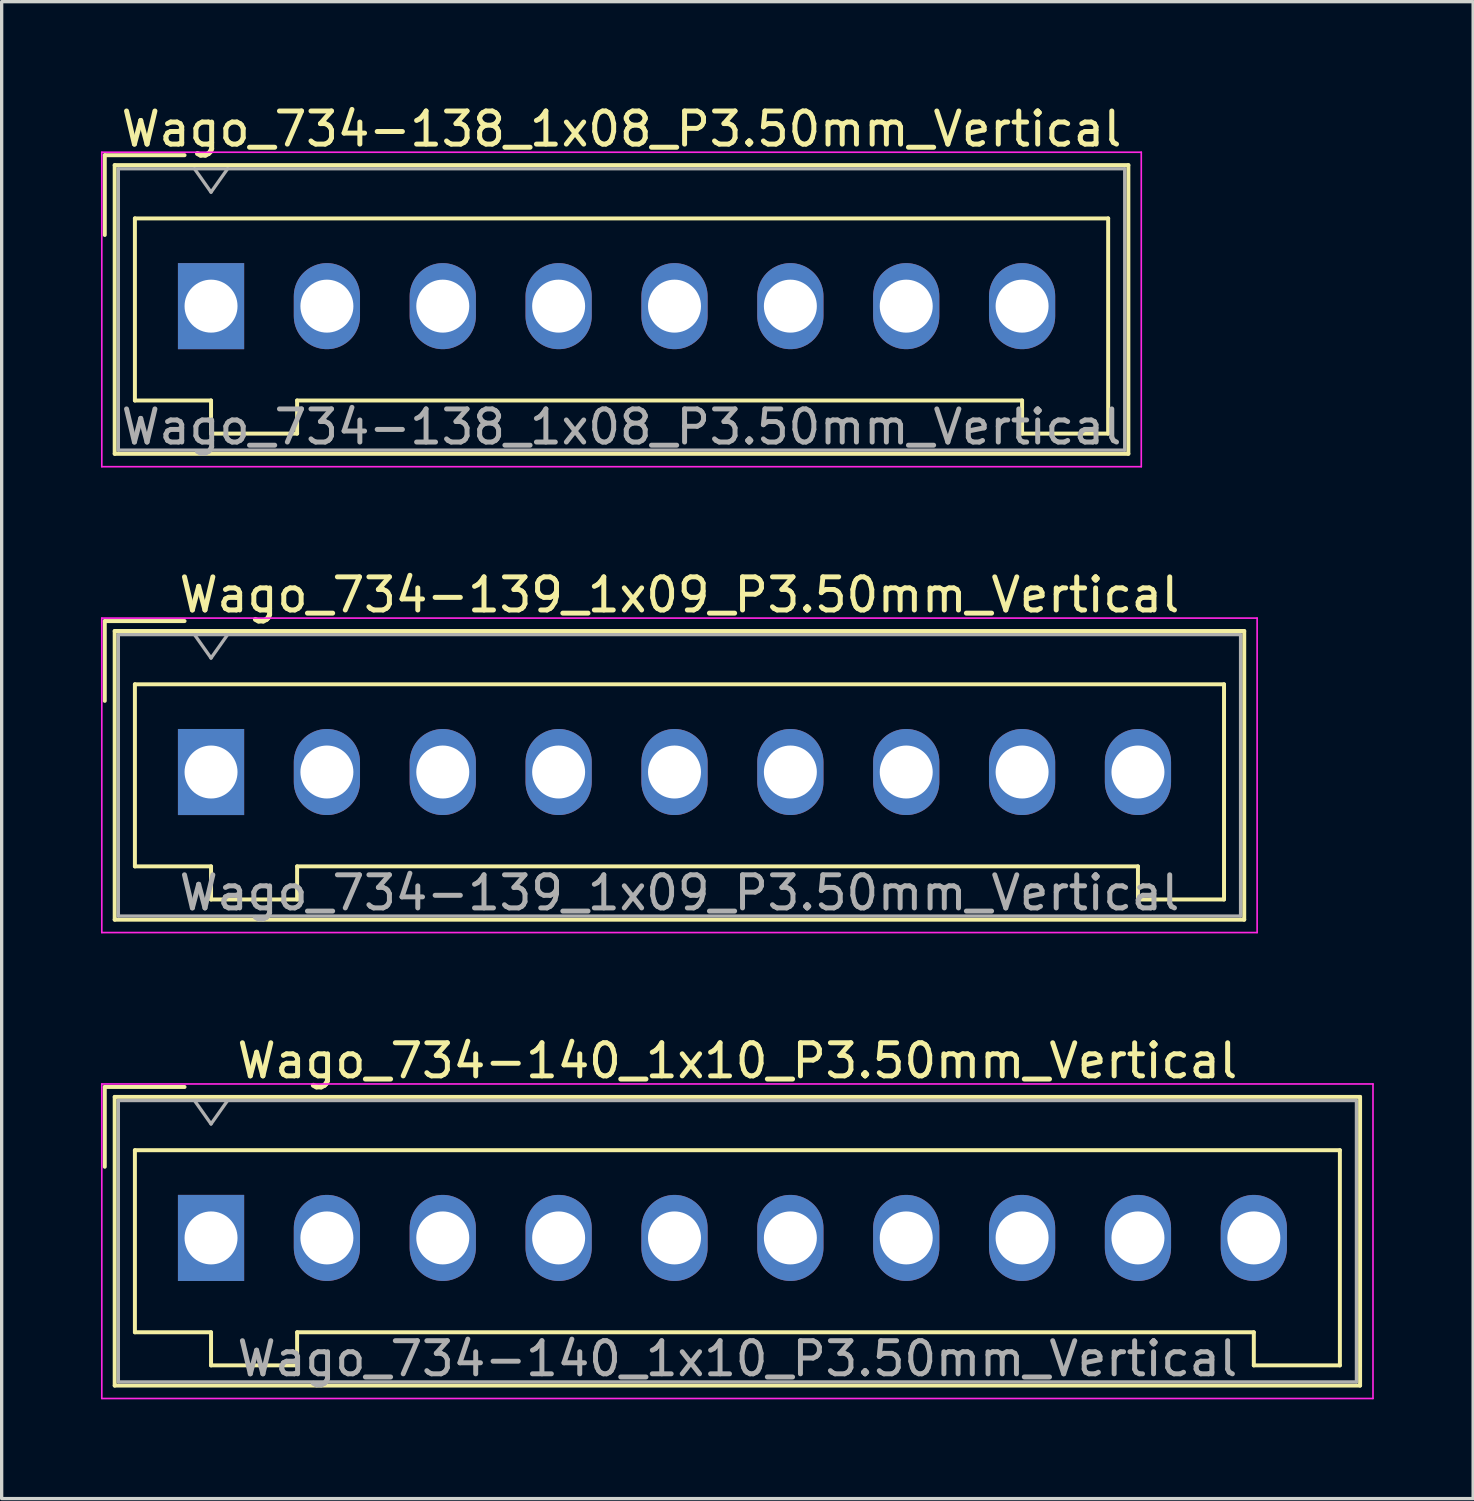
<source format=kicad_pcb>
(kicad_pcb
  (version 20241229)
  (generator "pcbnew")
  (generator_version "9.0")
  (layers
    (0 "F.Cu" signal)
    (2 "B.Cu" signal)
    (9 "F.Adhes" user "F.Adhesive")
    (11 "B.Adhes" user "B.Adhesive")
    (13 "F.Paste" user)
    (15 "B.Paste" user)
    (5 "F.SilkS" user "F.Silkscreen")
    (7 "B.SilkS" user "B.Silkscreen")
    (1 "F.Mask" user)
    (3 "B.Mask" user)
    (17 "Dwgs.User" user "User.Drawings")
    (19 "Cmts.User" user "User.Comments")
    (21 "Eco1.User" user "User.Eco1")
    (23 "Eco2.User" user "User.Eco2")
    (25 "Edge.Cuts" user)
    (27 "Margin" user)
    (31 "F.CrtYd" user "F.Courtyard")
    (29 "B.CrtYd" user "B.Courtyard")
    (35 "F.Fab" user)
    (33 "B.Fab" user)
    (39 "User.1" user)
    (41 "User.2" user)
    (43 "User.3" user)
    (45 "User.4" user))
  (footprint "Wago_734-139_1x09_P3.50mm_Vertical"
    (layer "F.Cu")
    (at 3.325 20.271)
    (property "Reference" "Wago_734-139_1x09_P3.50mm_Vertical" (at 14.15 -5.35 0) (layer "F.SilkS") (effects (font (size 1 1) (thickness 0.15))))
    (attr through_hole)
    (fp_line (start -3.21 -4.56) (end -0.8 -4.56) (stroke (width 0.12) (type solid)) (layer "F.SilkS"))
    (fp_line (start -3.21 -2.15) (end -3.21 -4.56) (stroke (width 0.12) (type solid)) (layer "F.SilkS"))
    (fp_line (start -2.91 -4.26) (end -2.91 4.46) (stroke (width 0.12) (type solid)) (layer "F.SilkS"))
    (fp_line (start -2.91 4.46) (end 31.21 4.46) (stroke (width 0.12) (type solid)) (layer "F.SilkS"))
    (fp_line (start -2.3 -2.65) (end -2.3 2.85) (stroke (width 0.12) (type solid)) (layer "F.SilkS"))
    (fp_line (start -2.3 2.85) (end 0 2.85) (stroke (width 0.12) (type solid)) (layer "F.SilkS"))
    (fp_line (start 0 2.85) (end 0 3.85) (stroke (width 0.12) (type solid)) (layer "F.SilkS"))
    (fp_line (start 0 3.85) (end 2.6 3.85) (stroke (width 0.12) (type solid)) (layer "F.SilkS"))
    (fp_line (start 2.6 2.85) (end 28 2.85) (stroke (width 0.12) (type solid)) (layer "F.SilkS"))
    (fp_line (start 2.6 3.85) (end 2.6 2.85) (stroke (width 0.12) (type solid)) (layer "F.SilkS"))
    (fp_line (start 28 2.85) (end 28 3.85) (stroke (width 0.12) (type solid)) (layer "F.SilkS"))
    (fp_line (start 28 3.85) (end 30.6 3.85) (stroke (width 0.12) (type solid)) (layer "F.SilkS"))
    (fp_line (start 30.6 -2.65) (end -2.3 -2.65) (stroke (width 0.12) (type solid)) (layer "F.SilkS"))
    (fp_line (start 30.6 3.85) (end 30.6 -2.65) (stroke (width 0.12) (type solid)) (layer "F.SilkS"))
    (fp_line (start 31.21 -4.26) (end -2.91 -4.26) (stroke (width 0.12) (type solid)) (layer "F.SilkS"))
    (fp_line (start 31.21 4.46) (end 31.21 -4.26) (stroke (width 0.12) (type solid)) (layer "F.SilkS"))
    (fp_line (start -3.3 -4.65) (end -3.3 4.85) (stroke (width 0.05) (type solid)) (layer "F.CrtYd"))
    (fp_line (start -3.3 4.85) (end 31.6 4.85) (stroke (width 0.05) (type solid)) (layer "F.CrtYd"))
    (fp_line (start 31.6 -4.65) (end -3.3 -4.65) (stroke (width 0.05) (type solid)) (layer "F.CrtYd"))
    (fp_line (start 31.6 4.85) (end 31.6 -4.65) (stroke (width 0.05) (type solid)) (layer "F.CrtYd"))
    (fp_line (start -2.8 -4.15) (end -2.8 4.35) (stroke (width 0.1) (type solid)) (layer "F.Fab"))
    (fp_line (start -2.8 4.35) (end 31.1 4.35) (stroke (width 0.1) (type solid)) (layer "F.Fab"))
    (fp_line (start -0.5 -4.15) (end 0 -3.443) (stroke (width 0.1) (type solid)) (layer "F.Fab"))
    (fp_line (start 0 -3.443) (end 0.5 -4.15) (stroke (width 0.1) (type solid)) (layer "F.Fab"))
    (fp_line (start 31.1 -4.15) (end -2.8 -4.15) (stroke (width 0.1) (type solid)) (layer "F.Fab"))
    (fp_line (start 31.1 4.35) (end 31.1 -4.15) (stroke (width 0.1) (type solid)) (layer "F.Fab"))
    (fp_text user "${REFERENCE}" (at 14.15 3.65 0) (layer "F.Fab") (effects (font (size 1 1) (thickness 0.15))))
    (pad "1" thru_hole rect (at 0 0) (size 2 2.6) (drill 1.6) (layers "*.Cu" "*.Mask"))
    (pad "2" thru_hole oval (at 3.5 0) (size 2 2.6) (drill 1.6) (layers "*.Cu" "*.Mask"))
    (pad "3" thru_hole oval (at 7 0) (size 2 2.6) (drill 1.6) (layers "*.Cu" "*.Mask"))
    (pad "4" thru_hole oval (at 10.5 0) (size 2 2.6) (drill 1.6) (layers "*.Cu" "*.Mask"))
    (pad "5" thru_hole oval (at 14 0) (size 2 2.6) (drill 1.6) (layers "*.Cu" "*.Mask"))
    (pad "6" thru_hole oval (at 17.5 0) (size 2 2.6) (drill 1.6) (layers "*.Cu" "*.Mask"))
    (pad "7" thru_hole oval (at 21 0) (size 2 2.6) (drill 1.6) (layers "*.Cu" "*.Mask"))
    (pad "8" thru_hole oval (at 24.5 0) (size 2 2.6) (drill 1.6) (layers "*.Cu" "*.Mask"))
    (pad "9" thru_hole oval (at 28 0) (size 2 2.6) (drill 1.6) (layers "*.Cu" "*.Mask")))
  (footprint "Wago_734-140_1x10_P3.50mm_Vertical"
    (layer "F.Cu")
    (at 3.325 34.345)
    (property "Reference" "Wago_734-140_1x10_P3.50mm_Vertical" (at 15.9 -5.35 0) (layer "F.SilkS") (effects (font (size 1 1) (thickness 0.15))))
    (attr through_hole)
    (fp_line (start -3.21 -4.56) (end -0.8 -4.56) (stroke (width 0.12) (type solid)) (layer "F.SilkS"))
    (fp_line (start -3.21 -2.15) (end -3.21 -4.56) (stroke (width 0.12) (type solid)) (layer "F.SilkS"))
    (fp_line (start -2.91 -4.26) (end -2.91 4.46) (stroke (width 0.12) (type solid)) (layer "F.SilkS"))
    (fp_line (start -2.91 4.46) (end 34.71 4.46) (stroke (width 0.12) (type solid)) (layer "F.SilkS"))
    (fp_line (start -2.3 -2.65) (end -2.3 2.85) (stroke (width 0.12) (type solid)) (layer "F.SilkS"))
    (fp_line (start -2.3 2.85) (end 0 2.85) (stroke (width 0.12) (type solid)) (layer "F.SilkS"))
    (fp_line (start 0 2.85) (end 0 3.85) (stroke (width 0.12) (type solid)) (layer "F.SilkS"))
    (fp_line (start 0 3.85) (end 2.6 3.85) (stroke (width 0.12) (type solid)) (layer "F.SilkS"))
    (fp_line (start 2.6 2.85) (end 31.5 2.85) (stroke (width 0.12) (type solid)) (layer "F.SilkS"))
    (fp_line (start 2.6 3.85) (end 2.6 2.85) (stroke (width 0.12) (type solid)) (layer "F.SilkS"))
    (fp_line (start 31.5 2.85) (end 31.5 3.85) (stroke (width 0.12) (type solid)) (layer "F.SilkS"))
    (fp_line (start 31.5 3.85) (end 34.1 3.85) (stroke (width 0.12) (type solid)) (layer "F.SilkS"))
    (fp_line (start 34.1 -2.65) (end -2.3 -2.65) (stroke (width 0.12) (type solid)) (layer "F.SilkS"))
    (fp_line (start 34.1 3.85) (end 34.1 -2.65) (stroke (width 0.12) (type solid)) (layer "F.SilkS"))
    (fp_line (start 34.71 -4.26) (end -2.91 -4.26) (stroke (width 0.12) (type solid)) (layer "F.SilkS"))
    (fp_line (start 34.71 4.46) (end 34.71 -4.26) (stroke (width 0.12) (type solid)) (layer "F.SilkS"))
    (fp_line (start -3.3 -4.65) (end -3.3 4.85) (stroke (width 0.05) (type solid)) (layer "F.CrtYd"))
    (fp_line (start -3.3 4.85) (end 35.1 4.85) (stroke (width 0.05) (type solid)) (layer "F.CrtYd"))
    (fp_line (start 35.1 -4.65) (end -3.3 -4.65) (stroke (width 0.05) (type solid)) (layer "F.CrtYd"))
    (fp_line (start 35.1 4.85) (end 35.1 -4.65) (stroke (width 0.05) (type solid)) (layer "F.CrtYd"))
    (fp_line (start -2.8 -4.15) (end -2.8 4.35) (stroke (width 0.1) (type solid)) (layer "F.Fab"))
    (fp_line (start -2.8 4.35) (end 34.6 4.35) (stroke (width 0.1) (type solid)) (layer "F.Fab"))
    (fp_line (start -0.5 -4.15) (end 0 -3.443) (stroke (width 0.1) (type solid)) (layer "F.Fab"))
    (fp_line (start 0 -3.443) (end 0.5 -4.15) (stroke (width 0.1) (type solid)) (layer "F.Fab"))
    (fp_line (start 34.6 -4.15) (end -2.8 -4.15) (stroke (width 0.1) (type solid)) (layer "F.Fab"))
    (fp_line (start 34.6 4.35) (end 34.6 -4.15) (stroke (width 0.1) (type solid)) (layer "F.Fab"))
    (fp_text user "${REFERENCE}" (at 15.9 3.65 0) (layer "F.Fab") (effects (font (size 1 1) (thickness 0.15))))
    (pad "1" thru_hole rect (at 0 0) (size 2 2.6) (drill 1.6) (layers "*.Cu" "*.Mask"))
    (pad "2" thru_hole oval (at 3.5 0) (size 2 2.6) (drill 1.6) (layers "*.Cu" "*.Mask"))
    (pad "3" thru_hole oval (at 7 0) (size 2 2.6) (drill 1.6) (layers "*.Cu" "*.Mask"))
    (pad "4" thru_hole oval (at 10.5 0) (size 2 2.6) (drill 1.6) (layers "*.Cu" "*.Mask"))
    (pad "5" thru_hole oval (at 14 0) (size 2 2.6) (drill 1.6) (layers "*.Cu" "*.Mask"))
    (pad "6" thru_hole oval (at 17.5 0) (size 2 2.6) (drill 1.6) (layers "*.Cu" "*.Mask"))
    (pad "7" thru_hole oval (at 21 0) (size 2 2.6) (drill 1.6) (layers "*.Cu" "*.Mask"))
    (pad "8" thru_hole oval (at 24.5 0) (size 2 2.6) (drill 1.6) (layers "*.Cu" "*.Mask"))
    (pad "9" thru_hole oval (at 28 0) (size 2 2.6) (drill 1.6) (layers "*.Cu" "*.Mask"))
    (pad "10" thru_hole oval (at 31.5 0) (size 2 2.6) (drill 1.6) (layers "*.Cu" "*.Mask")))
  (footprint "Wago_734-138_1x08_P3.50mm_Vertical"
    (layer "F.Cu")
    (at 3.325 6.198)
    (property "Reference" "Wago_734-138_1x08_P3.50mm_Vertical" (at 12.4 -5.35 0) (layer "F.SilkS") (effects (font (size 1 1) (thickness 0.15))))
    (attr through_hole)
    (fp_line (start -3.21 -4.56) (end -0.8 -4.56) (stroke (width 0.12) (type solid)) (layer "F.SilkS"))
    (fp_line (start -3.21 -2.15) (end -3.21 -4.56) (stroke (width 0.12) (type solid)) (layer "F.SilkS"))
    (fp_line (start -2.91 -4.26) (end -2.91 4.46) (stroke (width 0.12) (type solid)) (layer "F.SilkS"))
    (fp_line (start -2.91 4.46) (end 27.71 4.46) (stroke (width 0.12) (type solid)) (layer "F.SilkS"))
    (fp_line (start -2.3 -2.65) (end -2.3 2.85) (stroke (width 0.12) (type solid)) (layer "F.SilkS"))
    (fp_line (start -2.3 2.85) (end 0 2.85) (stroke (width 0.12) (type solid)) (layer "F.SilkS"))
    (fp_line (start 0 2.85) (end 0 3.85) (stroke (width 0.12) (type solid)) (layer "F.SilkS"))
    (fp_line (start 0 3.85) (end 2.6 3.85) (stroke (width 0.12) (type solid)) (layer "F.SilkS"))
    (fp_line (start 2.6 2.85) (end 24.5 2.85) (stroke (width 0.12) (type solid)) (layer "F.SilkS"))
    (fp_line (start 2.6 3.85) (end 2.6 2.85) (stroke (width 0.12) (type solid)) (layer "F.SilkS"))
    (fp_line (start 24.5 2.85) (end 24.5 3.85) (stroke (width 0.12) (type solid)) (layer "F.SilkS"))
    (fp_line (start 24.5 3.85) (end 27.1 3.85) (stroke (width 0.12) (type solid)) (layer "F.SilkS"))
    (fp_line (start 27.1 -2.65) (end -2.3 -2.65) (stroke (width 0.12) (type solid)) (layer "F.SilkS"))
    (fp_line (start 27.1 3.85) (end 27.1 -2.65) (stroke (width 0.12) (type solid)) (layer "F.SilkS"))
    (fp_line (start 27.71 -4.26) (end -2.91 -4.26) (stroke (width 0.12) (type solid)) (layer "F.SilkS"))
    (fp_line (start 27.71 4.46) (end 27.71 -4.26) (stroke (width 0.12) (type solid)) (layer "F.SilkS"))
    (fp_line (start -3.3 -4.65) (end -3.3 4.85) (stroke (width 0.05) (type solid)) (layer "F.CrtYd"))
    (fp_line (start -3.3 4.85) (end 28.1 4.85) (stroke (width 0.05) (type solid)) (layer "F.CrtYd"))
    (fp_line (start 28.1 -4.65) (end -3.3 -4.65) (stroke (width 0.05) (type solid)) (layer "F.CrtYd"))
    (fp_line (start 28.1 4.85) (end 28.1 -4.65) (stroke (width 0.05) (type solid)) (layer "F.CrtYd"))
    (fp_line (start -2.8 -4.15) (end -2.8 4.35) (stroke (width 0.1) (type solid)) (layer "F.Fab"))
    (fp_line (start -2.8 4.35) (end 27.6 4.35) (stroke (width 0.1) (type solid)) (layer "F.Fab"))
    (fp_line (start -0.5 -4.15) (end 0 -3.443) (stroke (width 0.1) (type solid)) (layer "F.Fab"))
    (fp_line (start 0 -3.443) (end 0.5 -4.15) (stroke (width 0.1) (type solid)) (layer "F.Fab"))
    (fp_line (start 27.6 -4.15) (end -2.8 -4.15) (stroke (width 0.1) (type solid)) (layer "F.Fab"))
    (fp_line (start 27.6 4.35) (end 27.6 -4.15) (stroke (width 0.1) (type solid)) (layer "F.Fab"))
    (fp_text user "${REFERENCE}" (at 12.4 3.65 0) (layer "F.Fab") (effects (font (size 1 1) (thickness 0.15))))
    (pad "1" thru_hole rect (at 0 0) (size 2 2.6) (drill 1.6) (layers "*.Cu" "*.Mask"))
    (pad "2" thru_hole oval (at 3.5 0) (size 2 2.6) (drill 1.6) (layers "*.Cu" "*.Mask"))
    (pad "3" thru_hole oval (at 7 0) (size 2 2.6) (drill 1.6) (layers "*.Cu" "*.Mask"))
    (pad "4" thru_hole oval (at 10.5 0) (size 2 2.6) (drill 1.6) (layers "*.Cu" "*.Mask"))
    (pad "5" thru_hole oval (at 14 0) (size 2 2.6) (drill 1.6) (layers "*.Cu" "*.Mask"))
    (pad "6" thru_hole oval (at 17.5 0) (size 2 2.6) (drill 1.6) (layers "*.Cu" "*.Mask"))
    (pad "7" thru_hole oval (at 21 0) (size 2 2.6) (drill 1.6) (layers "*.Cu" "*.Mask"))
    (pad "8" thru_hole oval (at 24.5 0) (size 2 2.6) (drill 1.6) (layers "*.Cu" "*.Mask")))
  (gr_rect
    (start -3 -3)
    (end 41.45 42.22)
    (stroke (width 0.1) (type default))
    (fill no)
    (layer "Edge.Cuts")))
</source>
